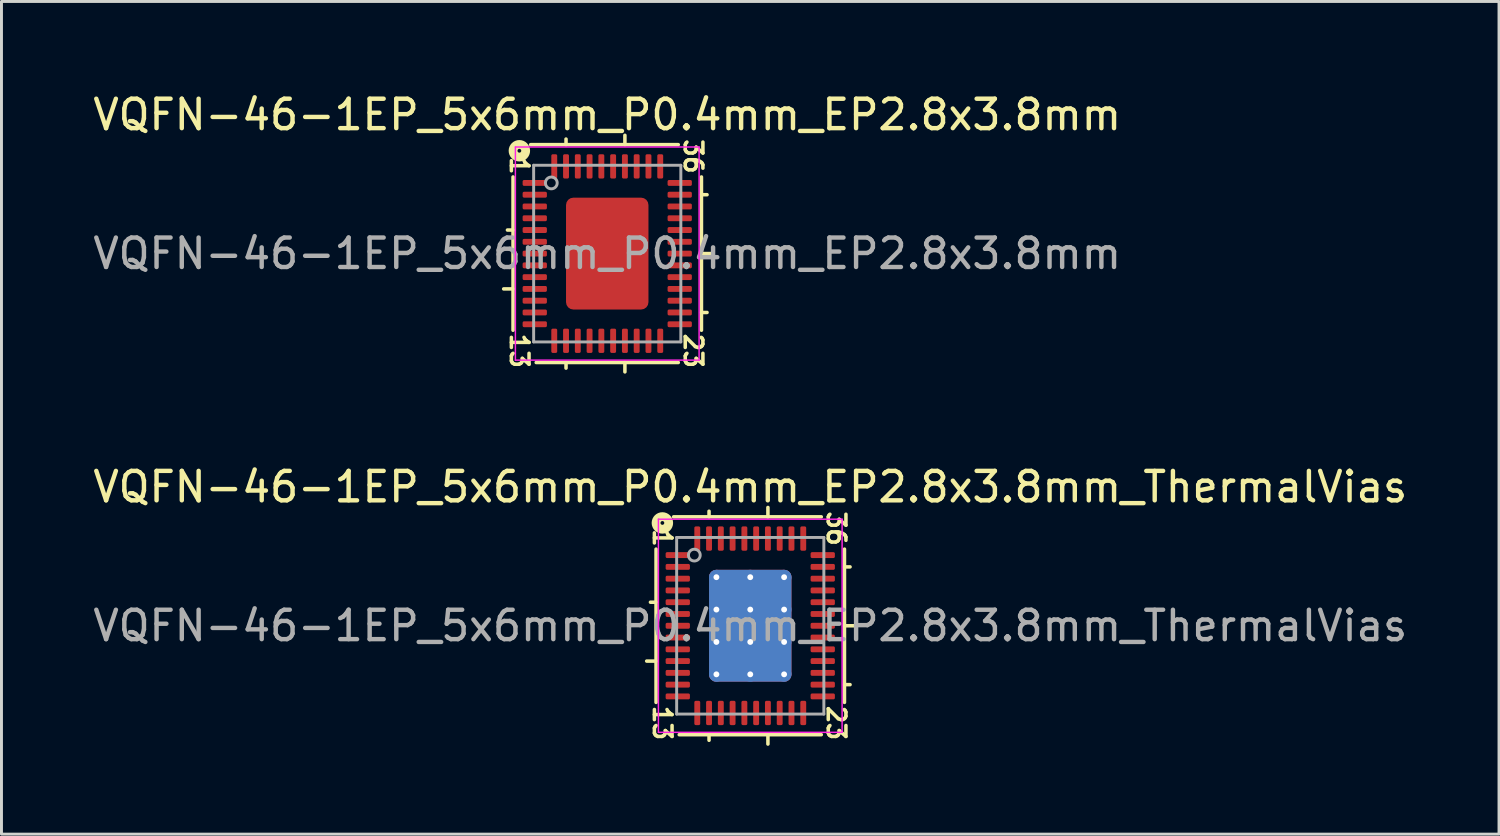
<source format=kicad_pcb>
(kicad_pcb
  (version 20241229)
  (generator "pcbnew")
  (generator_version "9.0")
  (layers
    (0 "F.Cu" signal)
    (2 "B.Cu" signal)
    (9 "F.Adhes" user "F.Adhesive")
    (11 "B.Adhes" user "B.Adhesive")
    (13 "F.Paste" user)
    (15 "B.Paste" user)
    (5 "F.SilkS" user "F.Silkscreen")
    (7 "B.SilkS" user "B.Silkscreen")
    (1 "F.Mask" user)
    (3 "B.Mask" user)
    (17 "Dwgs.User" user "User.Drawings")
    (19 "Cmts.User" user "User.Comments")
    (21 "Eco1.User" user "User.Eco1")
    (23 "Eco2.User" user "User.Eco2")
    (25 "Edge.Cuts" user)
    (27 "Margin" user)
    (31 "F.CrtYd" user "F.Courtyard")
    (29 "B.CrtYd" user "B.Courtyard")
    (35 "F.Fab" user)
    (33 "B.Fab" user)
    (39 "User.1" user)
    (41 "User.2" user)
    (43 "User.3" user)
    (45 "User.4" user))
  (footprint "VQFN-46-1EP_5x6mm_P0.4mm_EP2.8x3.8mm_ThermalVias"
    (layer "F.Cu")
    (at 22.435 18.206)
    (property "Reference" "VQFN-46-1EP_5x6mm_P0.4mm_EP2.8x3.8mm_ThermalVias" (at 0 -4.716 0) (layer "F.SilkS") (effects (font (size 1 1) (thickness 0.15))))
    (attr smd)
    (fp_line (start -3.2 -2.603) (end -3.2 2.603) (stroke (width 0.12) (type solid)) (layer "F.SilkS"))
    (fp_line (start -3.2 -0.8) (end -3.39 -0.8) (stroke (width 0.12) (type solid)) (layer "F.SilkS"))
    (fp_line (start -3.2 1.2) (end -3.518 1.2) (stroke (width 0.12) (type solid)) (layer "F.SilkS"))
    (fp_line (start -2.413 3.7) (end 2.413 3.7) (stroke (width 0.12) (type solid)) (layer "F.SilkS"))
    (fp_line (start -1.4 -3.7) (end -1.4 -3.89) (stroke (width 0.12) (type solid)) (layer "F.SilkS"))
    (fp_line (start -1.4 3.7) (end -1.4 3.89) (stroke (width 0.12) (type solid)) (layer "F.SilkS"))
    (fp_line (start 0.6 -3.7) (end 0.6 -4.018) (stroke (width 0.12) (type solid)) (layer "F.SilkS"))
    (fp_line (start 0.6 3.7) (end 0.6 4.018) (stroke (width 0.12) (type solid)) (layer "F.SilkS"))
    (fp_line (start 2.413 -3.7) (end -2.603 -3.7) (stroke (width 0.12) (type solid)) (layer "F.SilkS"))
    (fp_line (start 3.2 -2) (end 3.39 -2) (stroke (width 0.12) (type solid)) (layer "F.SilkS"))
    (fp_line (start 3.2 0) (end 3.518 0) (stroke (width 0.12) (type solid)) (layer "F.SilkS"))
    (fp_line (start 3.2 2) (end 3.39 2) (stroke (width 0.12) (type solid)) (layer "F.SilkS"))
    (fp_line (start 3.2 2.603) (end 3.2 -2.603) (stroke (width 0.12) (type solid)) (layer "F.SilkS"))
    (fp_circle (center -2.985 -3.493) (end -2.921 -3.493) (stroke (width 0.3) (type solid)) (fill no) (layer "F.SilkS"))
    (fp_line (start -3.12 -3.62) (end -3.12 3.62) (stroke (width 0.05) (type solid)) (layer "F.CrtYd"))
    (fp_line (start -3.12 3.62) (end 3.12 3.62) (stroke (width 0.05) (type solid)) (layer "F.CrtYd"))
    (fp_line (start 3.12 -3.62) (end -3.12 -3.62) (stroke (width 0.05) (type solid)) (layer "F.CrtYd"))
    (fp_line (start 3.12 3.62) (end 3.12 -3.62) (stroke (width 0.05) (type solid)) (layer "F.CrtYd"))
    (fp_line (start -2.5 -3) (end 2.5 -3) (stroke (width 0.1) (type solid)) (layer "F.Fab"))
    (fp_line (start -2.5 3) (end -2.5 -3) (stroke (width 0.1) (type solid)) (layer "F.Fab"))
    (fp_line (start 2.5 -3) (end 2.5 3) (stroke (width 0.1) (type solid)) (layer "F.Fab"))
    (fp_line (start 2.5 3) (end -2.5 3) (stroke (width 0.1) (type solid)) (layer "F.Fab"))
    (fp_circle (center -1.9 -2.4) (end -1.7 -2.4) (stroke (width 0.1) (type solid)) (fill no) (layer "F.Fab"))
    (fp_text user "23" (at 2.921 3.302 270) (unlocked yes) (layer "F.SilkS") (effects (font (size 0.6 0.6) (thickness 0.12))))
    (fp_text user "13" (at -2.985 3.302 270) (unlocked yes) (layer "F.SilkS") (effects (font (size 0.6 0.6) (thickness 0.12))))
    (fp_text user "36" (at 2.921 -3.302 270) (unlocked yes) (layer "F.SilkS") (effects (font (size 0.6 0.6) (thickness 0.12))))
    (fp_text user "1" (at -2.985 -2.985 270) (unlocked yes) (layer "F.SilkS") (effects (font (size 0.6 0.6) (thickness 0.12))))
    (fp_text user "${REFERENCE}" (at 0 0 0) (layer "F.Fab") (effects (font (size 1 1) (thickness 0.15))))
    (pad "" smd roundrect (at -0.7 -1.27) (size 1.21 1.1) (layers "F.Paste") (roundrect_rratio 0.227))
    (pad "" smd roundrect (at -0.7 0) (size 1.21 1.1) (layers "F.Paste") (roundrect_rratio 0.227))
    (pad "" smd roundrect (at -0.7 1.27) (size 1.21 1.1) (layers "F.Paste") (roundrect_rratio 0.227))
    (pad "" smd roundrect (at 0.7 -1.27) (size 1.21 1.1) (layers "F.Paste") (roundrect_rratio 0.227))
    (pad "" smd roundrect (at 0.7 0) (size 1.21 1.1) (layers "F.Paste") (roundrect_rratio 0.227))
    (pad "" smd roundrect (at 0.7 1.27) (size 1.21 1.1) (layers "F.Paste") (roundrect_rratio 0.227))
    (pad "1" smd roundrect (at -2.462 -2.4) (size 0.825 0.2) (layers "F.Cu" "F.Mask" "F.Paste") (roundrect_rratio 0.25))
    (pad "2" smd roundrect (at -2.462 -2) (size 0.825 0.2) (layers "F.Cu" "F.Mask" "F.Paste") (roundrect_rratio 0.25))
    (pad "3" smd roundrect (at -2.462 -1.6) (size 0.825 0.2) (layers "F.Cu" "F.Mask" "F.Paste") (roundrect_rratio 0.25))
    (pad "4" smd roundrect (at -2.462 -1.2) (size 0.825 0.2) (layers "F.Cu" "F.Mask" "F.Paste") (roundrect_rratio 0.25))
    (pad "5" smd roundrect (at -2.462 -0.8) (size 0.825 0.2) (layers "F.Cu" "F.Mask" "F.Paste") (roundrect_rratio 0.25))
    (pad "6" smd roundrect (at -2.462 -0.4) (size 0.825 0.2) (layers "F.Cu" "F.Mask" "F.Paste") (roundrect_rratio 0.25))
    (pad "7" smd roundrect (at -2.462 0) (size 0.825 0.2) (layers "F.Cu" "F.Mask" "F.Paste") (roundrect_rratio 0.25))
    (pad "8" smd roundrect (at -2.462 0.4) (size 0.825 0.2) (layers "F.Cu" "F.Mask" "F.Paste") (roundrect_rratio 0.25))
    (pad "9" smd roundrect (at -2.462 0.8) (size 0.825 0.2) (layers "F.Cu" "F.Mask" "F.Paste") (roundrect_rratio 0.25))
    (pad "10" smd roundrect (at -2.462 1.2) (size 0.825 0.2) (layers "F.Cu" "F.Mask" "F.Paste") (roundrect_rratio 0.25))
    (pad "11" smd roundrect (at -2.462 1.6) (size 0.825 0.2) (layers "F.Cu" "F.Mask" "F.Paste") (roundrect_rratio 0.25))
    (pad "12" smd roundrect (at -2.462 2) (size 0.825 0.2) (layers "F.Cu" "F.Mask" "F.Paste") (roundrect_rratio 0.25))
    (pad "13" smd roundrect (at -2.462 2.4) (size 0.825 0.2) (layers "F.Cu" "F.Mask" "F.Paste") (roundrect_rratio 0.25))
    (pad "14" smd roundrect (at -1.8 2.962) (size 0.2 0.825) (layers "F.Cu" "F.Mask" "F.Paste") (roundrect_rratio 0.25))
    (pad "15" smd roundrect (at -1.4 2.962) (size 0.2 0.825) (layers "F.Cu" "F.Mask" "F.Paste") (roundrect_rratio 0.25))
    (pad "16" smd roundrect (at -1 2.962) (size 0.2 0.825) (layers "F.Cu" "F.Mask" "F.Paste") (roundrect_rratio 0.25))
    (pad "17" smd roundrect (at -0.6 2.962) (size 0.2 0.825) (layers "F.Cu" "F.Mask" "F.Paste") (roundrect_rratio 0.25))
    (pad "18" smd roundrect (at -0.2 2.962) (size 0.2 0.825) (layers "F.Cu" "F.Mask" "F.Paste") (roundrect_rratio 0.25))
    (pad "19" smd roundrect (at 0.2 2.962) (size 0.2 0.825) (layers "F.Cu" "F.Mask" "F.Paste") (roundrect_rratio 0.25))
    (pad "20" smd roundrect (at 0.6 2.962) (size 0.2 0.825) (layers "F.Cu" "F.Mask" "F.Paste") (roundrect_rratio 0.25))
    (pad "21" smd roundrect (at 1 2.962) (size 0.2 0.825) (layers "F.Cu" "F.Mask" "F.Paste") (roundrect_rratio 0.25))
    (pad "22" smd roundrect (at 1.4 2.962) (size 0.2 0.825) (layers "F.Cu" "F.Mask" "F.Paste") (roundrect_rratio 0.25))
    (pad "23" smd roundrect (at 1.8 2.962) (size 0.2 0.825) (layers "F.Cu" "F.Mask" "F.Paste") (roundrect_rratio 0.25))
    (pad "24" smd roundrect (at 2.462 2.4) (size 0.825 0.2) (layers "F.Cu" "F.Mask" "F.Paste") (roundrect_rratio 0.25))
    (pad "25" smd roundrect (at 2.462 2) (size 0.825 0.2) (layers "F.Cu" "F.Mask" "F.Paste") (roundrect_rratio 0.25))
    (pad "26" smd roundrect (at 2.462 1.6) (size 0.825 0.2) (layers "F.Cu" "F.Mask" "F.Paste") (roundrect_rratio 0.25))
    (pad "27" smd roundrect (at 2.462 1.2) (size 0.825 0.2) (layers "F.Cu" "F.Mask" "F.Paste") (roundrect_rratio 0.25))
    (pad "28" smd roundrect (at 2.462 0.8) (size 0.825 0.2) (layers "F.Cu" "F.Mask" "F.Paste") (roundrect_rratio 0.25))
    (pad "29" smd roundrect (at 2.462 0.4) (size 0.825 0.2) (layers "F.Cu" "F.Mask" "F.Paste") (roundrect_rratio 0.25))
    (pad "30" smd roundrect (at 2.462 0) (size 0.825 0.2) (layers "F.Cu" "F.Mask" "F.Paste") (roundrect_rratio 0.25))
    (pad "31" smd roundrect (at 2.462 -0.4) (size 0.825 0.2) (layers "F.Cu" "F.Mask" "F.Paste") (roundrect_rratio 0.25))
    (pad "32" smd roundrect (at 2.462 -0.8) (size 0.825 0.2) (layers "F.Cu" "F.Mask" "F.Paste") (roundrect_rratio 0.25))
    (pad "33" smd roundrect (at 2.462 -1.2) (size 0.825 0.2) (layers "F.Cu" "F.Mask" "F.Paste") (roundrect_rratio 0.25))
    (pad "34" smd roundrect (at 2.462 -1.6) (size 0.825 0.2) (layers "F.Cu" "F.Mask" "F.Paste") (roundrect_rratio 0.25))
    (pad "35" smd roundrect (at 2.462 -2) (size 0.825 0.2) (layers "F.Cu" "F.Mask" "F.Paste") (roundrect_rratio 0.25))
    (pad "36" smd roundrect (at 2.462 -2.4) (size 0.825 0.2) (layers "F.Cu" "F.Mask" "F.Paste") (roundrect_rratio 0.25))
    (pad "37" smd roundrect (at 1.8 -2.962) (size 0.2 0.825) (layers "F.Cu" "F.Mask" "F.Paste") (roundrect_rratio 0.25))
    (pad "38" smd roundrect (at 1.4 -2.962) (size 0.2 0.825) (layers "F.Cu" "F.Mask" "F.Paste") (roundrect_rratio 0.25))
    (pad "39" smd roundrect (at 1 -2.962) (size 0.2 0.825) (layers "F.Cu" "F.Mask" "F.Paste") (roundrect_rratio 0.25))
    (pad "40" smd roundrect (at 0.6 -2.962) (size 0.2 0.825) (layers "F.Cu" "F.Mask" "F.Paste") (roundrect_rratio 0.25))
    (pad "41" smd roundrect (at 0.2 -2.962) (size 0.2 0.825) (layers "F.Cu" "F.Mask" "F.Paste") (roundrect_rratio 0.25))
    (pad "42" smd roundrect (at -0.2 -2.962) (size 0.2 0.825) (layers "F.Cu" "F.Mask" "F.Paste") (roundrect_rratio 0.25))
    (pad "43" smd roundrect (at -0.6 -2.962) (size 0.2 0.825) (layers "F.Cu" "F.Mask" "F.Paste") (roundrect_rratio 0.25))
    (pad "44" smd roundrect (at -1 -2.962) (size 0.2 0.825) (layers "F.Cu" "F.Mask" "F.Paste") (roundrect_rratio 0.25))
    (pad "45" smd roundrect (at -1.4 -2.962) (size 0.2 0.825) (layers "F.Cu" "F.Mask" "F.Paste") (roundrect_rratio 0.25))
    (pad "46" smd roundrect (at -1.8 -2.962) (size 0.2 0.825) (layers "F.Cu" "F.Mask" "F.Paste") (roundrect_rratio 0.25))
    (pad "47" thru_hole circle (at -1.15 -1.65) (size 0.5 0.5) (drill 0.2) (property pad_prop_heatsink) (layers "*.Cu"))
    (pad "47" thru_hole circle (at -1.15 -0.55) (size 0.5 0.5) (drill 0.2) (property pad_prop_heatsink) (layers "*.Cu"))
    (pad "47" thru_hole circle (at -1.15 0.55) (size 0.5 0.5) (drill 0.2) (property pad_prop_heatsink) (layers "*.Cu"))
    (pad "47" thru_hole circle (at -1.15 1.65) (size 0.5 0.5) (drill 0.2) (property pad_prop_heatsink) (layers "*.Cu"))
    (pad "47" thru_hole circle (at 0 -1.65) (size 0.5 0.5) (drill 0.2) (property pad_prop_heatsink) (layers "*.Cu"))
    (pad "47" thru_hole circle (at 0 -0.55) (size 0.5 0.5) (drill 0.2) (property pad_prop_heatsink) (layers "*.Cu"))
    (pad "47" smd roundrect (at 0 0) (size 2.8 3.8) (layers "F.Cu" "F.Mask") (roundrect_rratio 0.089))
    (pad "47" smd roundrect (at 0 0) (size 2.8 3.8) (layers "B.Cu" "B.Mask") (roundrect_rratio 0.089))
    (pad "47" thru_hole circle (at 0 0.55) (size 0.5 0.5) (drill 0.2) (property pad_prop_heatsink) (layers "*.Cu"))
    (pad "47" thru_hole circle (at 0 1.65) (size 0.5 0.5) (drill 0.2) (property pad_prop_testpoint) (layers "*.Cu"))
    (pad "47" thru_hole circle (at 1.15 -1.65) (size 0.5 0.5) (drill 0.2) (property pad_prop_heatsink) (layers "*.Cu"))
    (pad "47" thru_hole circle (at 1.15 -0.55) (size 0.5 0.5) (drill 0.2) (property pad_prop_heatsink) (layers "*.Cu"))
    (pad "47" thru_hole circle (at 1.15 0.55) (size 0.5 0.5) (drill 0.2) (property pad_prop_heatsink) (layers "*.Cu"))
    (pad "47" thru_hole circle (at 1.15 1.65) (size 0.5 0.5) (drill 0.2) (property pad_prop_heatsink) (layers "*.Cu")))
  (footprint "VQFN-46-1EP_5x6mm_P0.4mm_EP2.8x3.8mm"
    (layer "F.Cu")
    (at 17.577 5.564)
    (property "Reference" "VQFN-46-1EP_5x6mm_P0.4mm_EP2.8x3.8mm" (at 0 -4.716 0) (layer "F.SilkS") (effects (font (size 1 1) (thickness 0.15))))
    (attr smd)
    (fp_line (start -3.2 -2.603) (end -3.2 2.603) (stroke (width 0.12) (type solid)) (layer "F.SilkS"))
    (fp_line (start -3.2 -0.8) (end -3.39 -0.8) (stroke (width 0.12) (type solid)) (layer "F.SilkS"))
    (fp_line (start -3.2 1.2) (end -3.518 1.2) (stroke (width 0.12) (type solid)) (layer "F.SilkS"))
    (fp_line (start -2.413 3.7) (end 2.413 3.7) (stroke (width 0.12) (type solid)) (layer "F.SilkS"))
    (fp_line (start -1.4 -3.7) (end -1.4 -3.89) (stroke (width 0.12) (type solid)) (layer "F.SilkS"))
    (fp_line (start -1.4 3.7) (end -1.4 3.89) (stroke (width 0.12) (type solid)) (layer "F.SilkS"))
    (fp_line (start 0.6 -3.7) (end 0.6 -4.018) (stroke (width 0.12) (type solid)) (layer "F.SilkS"))
    (fp_line (start 0.6 3.7) (end 0.6 4.018) (stroke (width 0.12) (type solid)) (layer "F.SilkS"))
    (fp_line (start 2.413 -3.7) (end -2.603 -3.7) (stroke (width 0.12) (type solid)) (layer "F.SilkS"))
    (fp_line (start 3.2 -2) (end 3.39 -2) (stroke (width 0.12) (type solid)) (layer "F.SilkS"))
    (fp_line (start 3.2 0) (end 3.518 0) (stroke (width 0.12) (type solid)) (layer "F.SilkS"))
    (fp_line (start 3.2 2) (end 3.39 2) (stroke (width 0.12) (type solid)) (layer "F.SilkS"))
    (fp_line (start 3.2 2.603) (end 3.2 -2.603) (stroke (width 0.12) (type solid)) (layer "F.SilkS"))
    (fp_circle (center -2.985 -3.493) (end -2.921 -3.493) (stroke (width 0.3) (type solid)) (fill no) (layer "F.SilkS"))
    (fp_line (start -3.12 -3.62) (end -3.12 3.62) (stroke (width 0.05) (type solid)) (layer "F.CrtYd"))
    (fp_line (start -3.12 3.62) (end 3.12 3.62) (stroke (width 0.05) (type solid)) (layer "F.CrtYd"))
    (fp_line (start 3.12 -3.62) (end -3.12 -3.62) (stroke (width 0.05) (type solid)) (layer "F.CrtYd"))
    (fp_line (start 3.12 3.62) (end 3.12 -3.62) (stroke (width 0.05) (type solid)) (layer "F.CrtYd"))
    (fp_line (start -2.5 -3) (end 2.5 -3) (stroke (width 0.1) (type solid)) (layer "F.Fab"))
    (fp_line (start -2.5 3) (end -2.5 -3) (stroke (width 0.1) (type solid)) (layer "F.Fab"))
    (fp_line (start 2.5 -3) (end 2.5 3) (stroke (width 0.1) (type solid)) (layer "F.Fab"))
    (fp_line (start 2.5 3) (end -2.5 3) (stroke (width 0.1) (type solid)) (layer "F.Fab"))
    (fp_circle (center -1.9 -2.4) (end -1.7 -2.4) (stroke (width 0.1) (type solid)) (fill no) (layer "F.Fab"))
    (fp_text user "1" (at -2.985 -2.985 270) (unlocked yes) (layer "F.SilkS") (effects (font (size 0.6 0.6) (thickness 0.12))))
    (fp_text user "13" (at -2.985 3.302 270) (unlocked yes) (layer "F.SilkS") (effects (font (size 0.6 0.6) (thickness 0.12))))
    (fp_text user "23" (at 2.921 3.302 270) (unlocked yes) (layer "F.SilkS") (effects (font (size 0.6 0.6) (thickness 0.12))))
    (fp_text user "36" (at 2.921 -3.302 270) (unlocked yes) (layer "F.SilkS") (effects (font (size 0.6 0.6) (thickness 0.12))))
    (fp_text user "${REFERENCE}" (at 0 0 0) (layer "F.Fab") (effects (font (size 1 1) (thickness 0.15))))
    (pad "" smd roundrect (at -0.7 -1.27) (size 1.13 1.02) (layers "F.Paste") (roundrect_rratio 0.245))
    (pad "" smd roundrect (at -0.7 0) (size 1.13 1.02) (layers "F.Paste") (roundrect_rratio 0.245))
    (pad "" smd roundrect (at -0.7 1.27) (size 1.13 1.02) (layers "F.Paste") (roundrect_rratio 0.245))
    (pad "" smd roundrect (at 0.7 -1.27) (size 1.13 1.02) (layers "F.Paste") (roundrect_rratio 0.245))
    (pad "" smd roundrect (at 0.7 0) (size 1.13 1.02) (layers "F.Paste") (roundrect_rratio 0.245))
    (pad "" smd roundrect (at 0.7 1.27) (size 1.13 1.02) (layers "F.Paste") (roundrect_rratio 0.245))
    (pad "1" smd roundrect (at -2.462 -2.4) (size 0.825 0.2) (layers "F.Cu" "F.Mask" "F.Paste") (roundrect_rratio 0.25))
    (pad "2" smd roundrect (at -2.462 -2) (size 0.825 0.2) (layers "F.Cu" "F.Mask" "F.Paste") (roundrect_rratio 0.25))
    (pad "3" smd roundrect (at -2.462 -1.6) (size 0.825 0.2) (layers "F.Cu" "F.Mask" "F.Paste") (roundrect_rratio 0.25))
    (pad "4" smd roundrect (at -2.462 -1.2) (size 0.825 0.2) (layers "F.Cu" "F.Mask" "F.Paste") (roundrect_rratio 0.25))
    (pad "5" smd roundrect (at -2.462 -0.8) (size 0.825 0.2) (layers "F.Cu" "F.Mask" "F.Paste") (roundrect_rratio 0.25))
    (pad "6" smd roundrect (at -2.462 -0.4) (size 0.825 0.2) (layers "F.Cu" "F.Mask" "F.Paste") (roundrect_rratio 0.25))
    (pad "7" smd roundrect (at -2.462 0) (size 0.825 0.2) (layers "F.Cu" "F.Mask" "F.Paste") (roundrect_rratio 0.25))
    (pad "8" smd roundrect (at -2.462 0.4) (size 0.825 0.2) (layers "F.Cu" "F.Mask" "F.Paste") (roundrect_rratio 0.25))
    (pad "9" smd roundrect (at -2.462 0.8) (size 0.825 0.2) (layers "F.Cu" "F.Mask" "F.Paste") (roundrect_rratio 0.25))
    (pad "10" smd roundrect (at -2.462 1.2) (size 0.825 0.2) (layers "F.Cu" "F.Mask" "F.Paste") (roundrect_rratio 0.25))
    (pad "11" smd roundrect (at -2.462 1.6) (size 0.825 0.2) (layers "F.Cu" "F.Mask" "F.Paste") (roundrect_rratio 0.25))
    (pad "12" smd roundrect (at -2.462 2) (size 0.825 0.2) (layers "F.Cu" "F.Mask" "F.Paste") (roundrect_rratio 0.25))
    (pad "13" smd roundrect (at -2.462 2.4) (size 0.825 0.2) (layers "F.Cu" "F.Mask" "F.Paste") (roundrect_rratio 0.25))
    (pad "14" smd roundrect (at -1.8 2.962) (size 0.2 0.825) (layers "F.Cu" "F.Mask" "F.Paste") (roundrect_rratio 0.25))
    (pad "15" smd roundrect (at -1.4 2.962) (size 0.2 0.825) (layers "F.Cu" "F.Mask" "F.Paste") (roundrect_rratio 0.25))
    (pad "16" smd roundrect (at -1 2.962) (size 0.2 0.825) (layers "F.Cu" "F.Mask" "F.Paste") (roundrect_rratio 0.25))
    (pad "17" smd roundrect (at -0.6 2.962) (size 0.2 0.825) (layers "F.Cu" "F.Mask" "F.Paste") (roundrect_rratio 0.25))
    (pad "18" smd roundrect (at -0.2 2.962) (size 0.2 0.825) (layers "F.Cu" "F.Mask" "F.Paste") (roundrect_rratio 0.25))
    (pad "19" smd roundrect (at 0.2 2.962) (size 0.2 0.825) (layers "F.Cu" "F.Mask" "F.Paste") (roundrect_rratio 0.25))
    (pad "20" smd roundrect (at 0.6 2.962) (size 0.2 0.825) (layers "F.Cu" "F.Mask" "F.Paste") (roundrect_rratio 0.25))
    (pad "21" smd roundrect (at 1 2.962) (size 0.2 0.825) (layers "F.Cu" "F.Mask" "F.Paste") (roundrect_rratio 0.25))
    (pad "22" smd roundrect (at 1.4 2.962) (size 0.2 0.825) (layers "F.Cu" "F.Mask" "F.Paste") (roundrect_rratio 0.25))
    (pad "23" smd roundrect (at 1.8 2.962) (size 0.2 0.825) (layers "F.Cu" "F.Mask" "F.Paste") (roundrect_rratio 0.25))
    (pad "24" smd roundrect (at 2.462 2.4) (size 0.825 0.2) (layers "F.Cu" "F.Mask" "F.Paste") (roundrect_rratio 0.25))
    (pad "25" smd roundrect (at 2.462 2) (size 0.825 0.2) (layers "F.Cu" "F.Mask" "F.Paste") (roundrect_rratio 0.25))
    (pad "26" smd roundrect (at 2.462 1.6) (size 0.825 0.2) (layers "F.Cu" "F.Mask" "F.Paste") (roundrect_rratio 0.25))
    (pad "27" smd roundrect (at 2.462 1.2) (size 0.825 0.2) (layers "F.Cu" "F.Mask" "F.Paste") (roundrect_rratio 0.25))
    (pad "28" smd roundrect (at 2.462 0.8) (size 0.825 0.2) (layers "F.Cu" "F.Mask" "F.Paste") (roundrect_rratio 0.25))
    (pad "29" smd roundrect (at 2.462 0.4) (size 0.825 0.2) (layers "F.Cu" "F.Mask" "F.Paste") (roundrect_rratio 0.25))
    (pad "30" smd roundrect (at 2.462 0) (size 0.825 0.2) (layers "F.Cu" "F.Mask" "F.Paste") (roundrect_rratio 0.25))
    (pad "31" smd roundrect (at 2.462 -0.4) (size 0.825 0.2) (layers "F.Cu" "F.Mask" "F.Paste") (roundrect_rratio 0.25))
    (pad "32" smd roundrect (at 2.462 -0.8) (size 0.825 0.2) (layers "F.Cu" "F.Mask" "F.Paste") (roundrect_rratio 0.25))
    (pad "33" smd roundrect (at 2.462 -1.2) (size 0.825 0.2) (layers "F.Cu" "F.Mask" "F.Paste") (roundrect_rratio 0.25))
    (pad "34" smd roundrect (at 2.462 -1.6) (size 0.825 0.2) (layers "F.Cu" "F.Mask" "F.Paste") (roundrect_rratio 0.25))
    (pad "35" smd roundrect (at 2.462 -2) (size 0.825 0.2) (layers "F.Cu" "F.Mask" "F.Paste") (roundrect_rratio 0.25))
    (pad "36" smd roundrect (at 2.462 -2.4) (size 0.825 0.2) (layers "F.Cu" "F.Mask" "F.Paste") (roundrect_rratio 0.25))
    (pad "37" smd roundrect (at 1.8 -2.962) (size 0.2 0.825) (layers "F.Cu" "F.Mask" "F.Paste") (roundrect_rratio 0.25))
    (pad "38" smd roundrect (at 1.4 -2.962) (size 0.2 0.825) (layers "F.Cu" "F.Mask" "F.Paste") (roundrect_rratio 0.25))
    (pad "39" smd roundrect (at 1 -2.962) (size 0.2 0.825) (layers "F.Cu" "F.Mask" "F.Paste") (roundrect_rratio 0.25))
    (pad "40" smd roundrect (at 0.6 -2.962) (size 0.2 0.825) (layers "F.Cu" "F.Mask" "F.Paste") (roundrect_rratio 0.25))
    (pad "41" smd roundrect (at 0.2 -2.962) (size 0.2 0.825) (layers "F.Cu" "F.Mask" "F.Paste") (roundrect_rratio 0.25))
    (pad "42" smd roundrect (at -0.2 -2.962) (size 0.2 0.825) (layers "F.Cu" "F.Mask" "F.Paste") (roundrect_rratio 0.25))
    (pad "43" smd roundrect (at -0.6 -2.962) (size 0.2 0.825) (layers "F.Cu" "F.Mask" "F.Paste") (roundrect_rratio 0.25))
    (pad "44" smd roundrect (at -1 -2.962) (size 0.2 0.825) (layers "F.Cu" "F.Mask" "F.Paste") (roundrect_rratio 0.25))
    (pad "45" smd roundrect (at -1.4 -2.962) (size 0.2 0.825) (layers "F.Cu" "F.Mask" "F.Paste") (roundrect_rratio 0.25))
    (pad "46" smd roundrect (at -1.8 -2.962) (size 0.2 0.825) (layers "F.Cu" "F.Mask" "F.Paste") (roundrect_rratio 0.25))
    (pad "47" smd roundrect (at 0 0) (size 2.8 3.8) (layers "F.Cu" "F.Mask") (roundrect_rratio 0.089)))
  (gr_rect
    (start -3 -3)
    (end 47.869 25.284)
    (stroke (width 0.1) (type default))
    (fill no)
    (layer "Edge.Cuts")))
</source>
